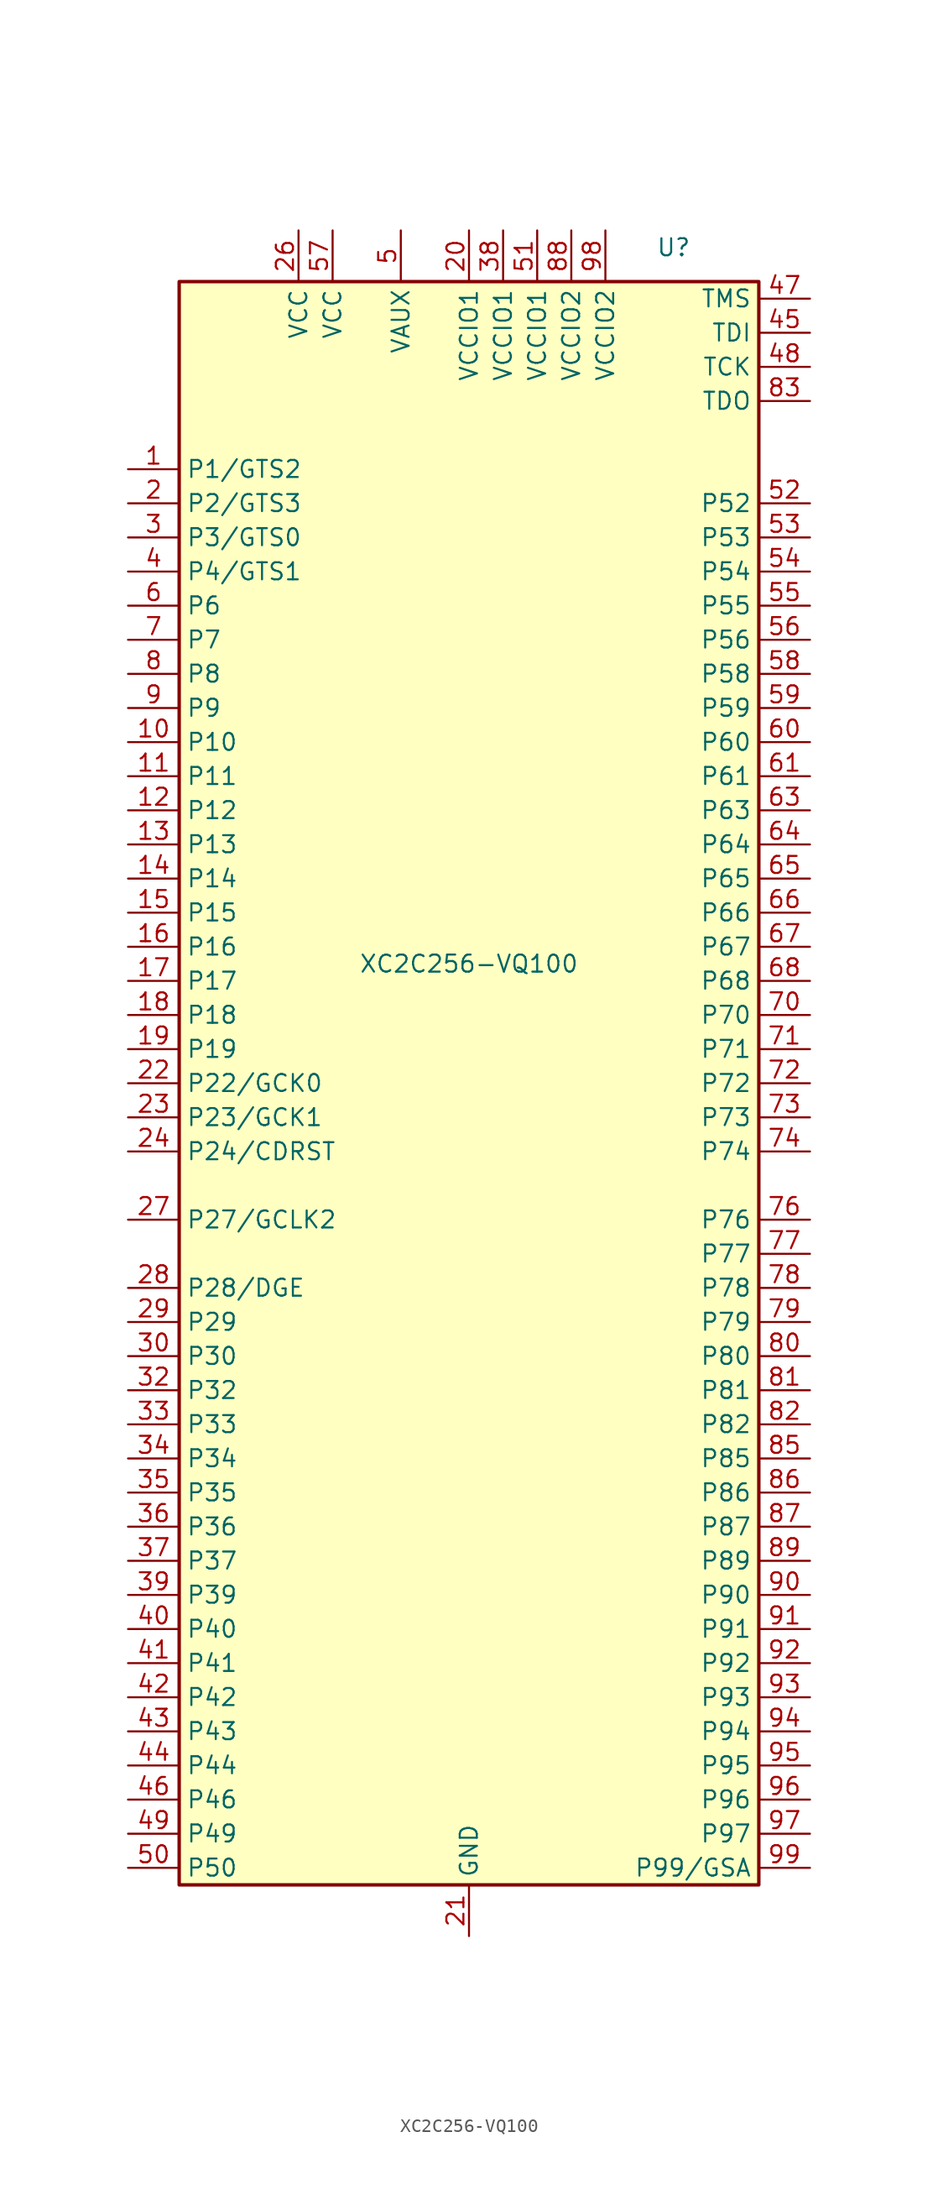
<source format=kicad_sym>
(kicad_symbol_lib
  (version 20231120)
  (generator "kicad_symbol_editor")
  (generator_version "8.0")
  (symbol "XC2C256-VQ100"
    (property "Reference" "U"
      (at 15.24 62.23 0)
      (effects (font (size 1.27 1.27))))
    (property "Value" "XC2C256-VQ100"
      (at 0 8.89 0)
      (effects (font (size 1.27 1.27))))
    (symbol "XC2C256-VQ100_0_1"
      (rectangle (start -21.59 59.69) (end 21.59 -59.69) (stroke (width 0.254) (type default)) (fill (type background))))
    (symbol "XC2C256-VQ100_1_1"
      (pin bidirectional line (at -25.4 45.72 0) (length 3.81) (name "P1/GTS2" (effects (font (size 1.27 1.27)))) (number "1" (effects (font (size 1.27 1.27)))))
      (pin bidirectional line (at -25.4 25.4 0) (length 3.81) (name "P10" (effects (font (size 1.27 1.27)))) (number "10" (effects (font (size 1.27 1.27)))))
      (pin passive line (at 0 -63.5 90) (length 3.81) hide (name "GND" (effects (font (size 1.27 1.27)))) (number "100" (effects (font (size 1.27 1.27)))))
      (pin bidirectional line (at -25.4 22.86 0) (length 3.81) (name "P11" (effects (font (size 1.27 1.27)))) (number "11" (effects (font (size 1.27 1.27)))))
      (pin bidirectional line (at -25.4 20.32 0) (length 3.81) (name "P12" (effects (font (size 1.27 1.27)))) (number "12" (effects (font (size 1.27 1.27)))))
      (pin bidirectional line (at -25.4 17.78 0) (length 3.81) (name "P13" (effects (font (size 1.27 1.27)))) (number "13" (effects (font (size 1.27 1.27)))))
      (pin bidirectional line (at -25.4 15.24 0) (length 3.81) (name "P14" (effects (font (size 1.27 1.27)))) (number "14" (effects (font (size 1.27 1.27)))))
      (pin bidirectional line (at -25.4 12.7 0) (length 3.81) (name "P15" (effects (font (size 1.27 1.27)))) (number "15" (effects (font (size 1.27 1.27)))))
      (pin bidirectional line (at -25.4 10.16 0) (length 3.81) (name "P16" (effects (font (size 1.27 1.27)))) (number "16" (effects (font (size 1.27 1.27)))))
      (pin bidirectional line (at -25.4 7.62 0) (length 3.81) (name "P17" (effects (font (size 1.27 1.27)))) (number "17" (effects (font (size 1.27 1.27)))))
      (pin bidirectional line (at -25.4 5.08 0) (length 3.81) (name "P18" (effects (font (size 1.27 1.27)))) (number "18" (effects (font (size 1.27 1.27)))))
      (pin bidirectional line (at -25.4 2.54 0) (length 3.81) (name "P19" (effects (font (size 1.27 1.27)))) (number "19" (effects (font (size 1.27 1.27)))))
      (pin bidirectional line (at -25.4 43.18 0) (length 3.81) (name "P2/GTS3" (effects (font (size 1.27 1.27)))) (number "2" (effects (font (size 1.27 1.27)))))
      (pin power_in line (at 0 63.5 270) (length 3.81) (name "VCCIO1" (effects (font (size 1.27 1.27)))) (number "20" (effects (font (size 1.27 1.27)))))
      (pin power_in line (at 0 -63.5 90) (length 3.81) (name "GND" (effects (font (size 1.27 1.27)))) (number "21" (effects (font (size 1.27 1.27)))))
      (pin bidirectional line (at -25.4 0 0) (length 3.81) (name "P22/GCK0" (effects (font (size 1.27 1.27)))) (number "22" (effects (font (size 1.27 1.27)))))
      (pin bidirectional line (at -25.4 -2.54 0) (length 3.81) (name "P23/GCK1" (effects (font (size 1.27 1.27)))) (number "23" (effects (font (size 1.27 1.27)))))
      (pin bidirectional line (at -25.4 -5.08 0) (length 3.81) (name "P24/CDRST" (effects (font (size 1.27 1.27)))) (number "24" (effects (font (size 1.27 1.27)))))
      (pin passive line (at 0 -63.5 90) (length 3.81) hide (name "GND" (effects (font (size 1.27 1.27)))) (number "25" (effects (font (size 1.27 1.27)))))
      (pin power_in line (at -12.7 63.5 270) (length 3.81) (name "VCC" (effects (font (size 1.27 1.27)))) (number "26" (effects (font (size 1.27 1.27)))))
      (pin bidirectional line (at -25.4 -10.16 0) (length 3.81) (name "P27/GCLK2" (effects (font (size 1.27 1.27)))) (number "27" (effects (font (size 1.27 1.27)))))
      (pin bidirectional line (at -25.4 -15.24 0) (length 3.81) (name "P28/DGE" (effects (font (size 1.27 1.27)))) (number "28" (effects (font (size 1.27 1.27)))))
      (pin bidirectional line (at -25.4 -17.78 0) (length 3.81) (name "P29" (effects (font (size 1.27 1.27)))) (number "29" (effects (font (size 1.27 1.27)))))
      (pin bidirectional line (at -25.4 40.64 0) (length 3.81) (name "P3/GTS0" (effects (font (size 1.27 1.27)))) (number "3" (effects (font (size 1.27 1.27)))))
      (pin bidirectional line (at -25.4 -20.32 0) (length 3.81) (name "P30" (effects (font (size 1.27 1.27)))) (number "30" (effects (font (size 1.27 1.27)))))
      (pin passive line (at 0 -63.5 90) (length 3.81) hide (name "GND" (effects (font (size 1.27 1.27)))) (number "31" (effects (font (size 1.27 1.27)))))
      (pin bidirectional line (at -25.4 -22.86 0) (length 3.81) (name "P32" (effects (font (size 1.27 1.27)))) (number "32" (effects (font (size 1.27 1.27)))))
      (pin bidirectional line (at -25.4 -25.4 0) (length 3.81) (name "P33" (effects (font (size 1.27 1.27)))) (number "33" (effects (font (size 1.27 1.27)))))
      (pin bidirectional line (at -25.4 -27.94 0) (length 3.81) (name "P34" (effects (font (size 1.27 1.27)))) (number "34" (effects (font (size 1.27 1.27)))))
      (pin bidirectional line (at -25.4 -30.48 0) (length 3.81) (name "P35" (effects (font (size 1.27 1.27)))) (number "35" (effects (font (size 1.27 1.27)))))
      (pin bidirectional line (at -25.4 -33.02 0) (length 3.81) (name "P36" (effects (font (size 1.27 1.27)))) (number "36" (effects (font (size 1.27 1.27)))))
      (pin bidirectional line (at -25.4 -35.56 0) (length 3.81) (name "P37" (effects (font (size 1.27 1.27)))) (number "37" (effects (font (size 1.27 1.27)))))
      (pin power_in line (at 2.54 63.5 270) (length 3.81) (name "VCCIO1" (effects (font (size 1.27 1.27)))) (number "38" (effects (font (size 1.27 1.27)))))
      (pin bidirectional line (at -25.4 -38.1 0) (length 3.81) (name "P39" (effects (font (size 1.27 1.27)))) (number "39" (effects (font (size 1.27 1.27)))))
      (pin bidirectional line (at -25.4 38.1 0) (length 3.81) (name "P4/GTS1" (effects (font (size 1.27 1.27)))) (number "4" (effects (font (size 1.27 1.27)))))
      (pin bidirectional line (at -25.4 -40.64 0) (length 3.81) (name "P40" (effects (font (size 1.27 1.27)))) (number "40" (effects (font (size 1.27 1.27)))))
      (pin bidirectional line (at -25.4 -43.18 0) (length 3.81) (name "P41" (effects (font (size 1.27 1.27)))) (number "41" (effects (font (size 1.27 1.27)))))
      (pin bidirectional line (at -25.4 -45.72 0) (length 3.81) (name "P42" (effects (font (size 1.27 1.27)))) (number "42" (effects (font (size 1.27 1.27)))))
      (pin bidirectional line (at -25.4 -48.26 0) (length 3.81) (name "P43" (effects (font (size 1.27 1.27)))) (number "43" (effects (font (size 1.27 1.27)))))
      (pin bidirectional line (at -25.4 -50.8 0) (length 3.81) (name "P44" (effects (font (size 1.27 1.27)))) (number "44" (effects (font (size 1.27 1.27)))))
      (pin input line (at 25.4 55.88 180) (length 3.81) (name "TDI" (effects (font (size 1.27 1.27)))) (number "45" (effects (font (size 1.27 1.27)))))
      (pin bidirectional line (at -25.4 -53.34 0) (length 3.81) (name "P46" (effects (font (size 1.27 1.27)))) (number "46" (effects (font (size 1.27 1.27)))))
      (pin input line (at 25.4 58.42 180) (length 3.81) (name "TMS" (effects (font (size 1.27 1.27)))) (number "47" (effects (font (size 1.27 1.27)))))
      (pin input line (at 25.4 53.34 180) (length 3.81) (name "TCK" (effects (font (size 1.27 1.27)))) (number "48" (effects (font (size 1.27 1.27)))))
      (pin bidirectional line (at -25.4 -55.88 0) (length 3.81) (name "P49" (effects (font (size 1.27 1.27)))) (number "49" (effects (font (size 1.27 1.27)))))
      (pin power_in line (at -5.08 63.5 270) (length 3.81) (name "VAUX" (effects (font (size 1.27 1.27)))) (number "5" (effects (font (size 1.27 1.27)))))
      (pin bidirectional line (at -25.4 -58.42 0) (length 3.81) (name "P50" (effects (font (size 1.27 1.27)))) (number "50" (effects (font (size 1.27 1.27)))))
      (pin power_in line (at 5.08 63.5 270) (length 3.81) (name "VCCIO1" (effects (font (size 1.27 1.27)))) (number "51" (effects (font (size 1.27 1.27)))))
      (pin bidirectional line (at 25.4 43.18 180) (length 3.81) (name "P52" (effects (font (size 1.27 1.27)))) (number "52" (effects (font (size 1.27 1.27)))))
      (pin bidirectional line (at 25.4 40.64 180) (length 3.81) (name "P53" (effects (font (size 1.27 1.27)))) (number "53" (effects (font (size 1.27 1.27)))))
      (pin bidirectional line (at 25.4 38.1 180) (length 3.81) (name "P54" (effects (font (size 1.27 1.27)))) (number "54" (effects (font (size 1.27 1.27)))))
      (pin bidirectional line (at 25.4 35.56 180) (length 3.81) (name "P55" (effects (font (size 1.27 1.27)))) (number "55" (effects (font (size 1.27 1.27)))))
      (pin bidirectional line (at 25.4 33.02 180) (length 3.81) (name "P56" (effects (font (size 1.27 1.27)))) (number "56" (effects (font (size 1.27 1.27)))))
      (pin power_in line (at -10.16 63.5 270) (length 3.81) (name "VCC" (effects (font (size 1.27 1.27)))) (number "57" (effects (font (size 1.27 1.27)))))
      (pin bidirectional line (at 25.4 30.48 180) (length 3.81) (name "P58" (effects (font (size 1.27 1.27)))) (number "58" (effects (font (size 1.27 1.27)))))
      (pin bidirectional line (at 25.4 27.94 180) (length 3.81) (name "P59" (effects (font (size 1.27 1.27)))) (number "59" (effects (font (size 1.27 1.27)))))
      (pin bidirectional line (at -25.4 35.56 0) (length 3.81) (name "P6" (effects (font (size 1.27 1.27)))) (number "6" (effects (font (size 1.27 1.27)))))
      (pin bidirectional line (at 25.4 25.4 180) (length 3.81) (name "P60" (effects (font (size 1.27 1.27)))) (number "60" (effects (font (size 1.27 1.27)))))
      (pin bidirectional line (at 25.4 22.86 180) (length 3.81) (name "P61" (effects (font (size 1.27 1.27)))) (number "61" (effects (font (size 1.27 1.27)))))
      (pin passive line (at 0 -63.5 90) (length 3.81) hide (name "GND" (effects (font (size 1.27 1.27)))) (number "62" (effects (font (size 1.27 1.27)))))
      (pin bidirectional line (at 25.4 20.32 180) (length 3.81) (name "P63" (effects (font (size 1.27 1.27)))) (number "63" (effects (font (size 1.27 1.27)))))
      (pin bidirectional line (at 25.4 17.78 180) (length 3.81) (name "P64" (effects (font (size 1.27 1.27)))) (number "64" (effects (font (size 1.27 1.27)))))
      (pin bidirectional line (at 25.4 15.24 180) (length 3.81) (name "P65" (effects (font (size 1.27 1.27)))) (number "65" (effects (font (size 1.27 1.27)))))
      (pin bidirectional line (at 25.4 12.7 180) (length 3.81) (name "P66" (effects (font (size 1.27 1.27)))) (number "66" (effects (font (size 1.27 1.27)))))
      (pin bidirectional line (at 25.4 10.16 180) (length 3.81) (name "P67" (effects (font (size 1.27 1.27)))) (number "67" (effects (font (size 1.27 1.27)))))
      (pin bidirectional line (at 25.4 7.62 180) (length 3.81) (name "P68" (effects (font (size 1.27 1.27)))) (number "68" (effects (font (size 1.27 1.27)))))
      (pin passive line (at 0 -63.5 90) (length 3.81) hide (name "GND" (effects (font (size 1.27 1.27)))) (number "69" (effects (font (size 1.27 1.27)))))
      (pin bidirectional line (at -25.4 33.02 0) (length 3.81) (name "P7" (effects (font (size 1.27 1.27)))) (number "7" (effects (font (size 1.27 1.27)))))
      (pin bidirectional line (at 25.4 5.08 180) (length 3.81) (name "P70" (effects (font (size 1.27 1.27)))) (number "70" (effects (font (size 1.27 1.27)))))
      (pin bidirectional line (at 25.4 2.54 180) (length 3.81) (name "P71" (effects (font (size 1.27 1.27)))) (number "71" (effects (font (size 1.27 1.27)))))
      (pin bidirectional line (at 25.4 0 180) (length 3.81) (name "P72" (effects (font (size 1.27 1.27)))) (number "72" (effects (font (size 1.27 1.27)))))
      (pin bidirectional line (at 25.4 -2.54 180) (length 3.81) (name "P73" (effects (font (size 1.27 1.27)))) (number "73" (effects (font (size 1.27 1.27)))))
      (pin bidirectional line (at 25.4 -5.08 180) (length 3.81) (name "P74" (effects (font (size 1.27 1.27)))) (number "74" (effects (font (size 1.27 1.27)))))
      (pin passive line (at 0 -63.5 90) (length 3.81) hide (name "GND" (effects (font (size 1.27 1.27)))) (number "75" (effects (font (size 1.27 1.27)))))
      (pin bidirectional line (at 25.4 -10.16 180) (length 3.81) (name "P76" (effects (font (size 1.27 1.27)))) (number "76" (effects (font (size 1.27 1.27)))))
      (pin bidirectional line (at 25.4 -12.7 180) (length 3.81) (name "P77" (effects (font (size 1.27 1.27)))) (number "77" (effects (font (size 1.27 1.27)))))
      (pin bidirectional line (at 25.4 -15.24 180) (length 3.81) (name "P78" (effects (font (size 1.27 1.27)))) (number "78" (effects (font (size 1.27 1.27)))))
      (pin bidirectional line (at 25.4 -17.78 180) (length 3.81) (name "P79" (effects (font (size 1.27 1.27)))) (number "79" (effects (font (size 1.27 1.27)))))
      (pin bidirectional line (at -25.4 30.48 0) (length 3.81) (name "P8" (effects (font (size 1.27 1.27)))) (number "8" (effects (font (size 1.27 1.27)))))
      (pin bidirectional line (at 25.4 -20.32 180) (length 3.81) (name "P80" (effects (font (size 1.27 1.27)))) (number "80" (effects (font (size 1.27 1.27)))))
      (pin bidirectional line (at 25.4 -22.86 180) (length 3.81) (name "P81" (effects (font (size 1.27 1.27)))) (number "81" (effects (font (size 1.27 1.27)))))
      (pin bidirectional line (at 25.4 -25.4 180) (length 3.81) (name "P82" (effects (font (size 1.27 1.27)))) (number "82" (effects (font (size 1.27 1.27)))))
      (pin output line (at 25.4 50.8 180) (length 3.81) (name "TDO" (effects (font (size 1.27 1.27)))) (number "83" (effects (font (size 1.27 1.27)))))
      (pin passive line (at 0 -63.5 90) (length 3.81) hide (name "GND" (effects (font (size 1.27 1.27)))) (number "84" (effects (font (size 1.27 1.27)))))
      (pin bidirectional line (at 25.4 -27.94 180) (length 3.81) (name "P85" (effects (font (size 1.27 1.27)))) (number "85" (effects (font (size 1.27 1.27)))))
      (pin bidirectional line (at 25.4 -30.48 180) (length 3.81) (name "P86" (effects (font (size 1.27 1.27)))) (number "86" (effects (font (size 1.27 1.27)))))
      (pin bidirectional line (at 25.4 -33.02 180) (length 3.81) (name "P87" (effects (font (size 1.27 1.27)))) (number "87" (effects (font (size 1.27 1.27)))))
      (pin power_in line (at 7.62 63.5 270) (length 3.81) (name "VCCIO2" (effects (font (size 1.27 1.27)))) (number "88" (effects (font (size 1.27 1.27)))))
      (pin bidirectional line (at 25.4 -35.56 180) (length 3.81) (name "P89" (effects (font (size 1.27 1.27)))) (number "89" (effects (font (size 1.27 1.27)))))
      (pin bidirectional line (at -25.4 27.94 0) (length 3.81) (name "P9" (effects (font (size 1.27 1.27)))) (number "9" (effects (font (size 1.27 1.27)))))
      (pin bidirectional line (at 25.4 -38.1 180) (length 3.81) (name "P90" (effects (font (size 1.27 1.27)))) (number "90" (effects (font (size 1.27 1.27)))))
      (pin bidirectional line (at 25.4 -40.64 180) (length 3.81) (name "P91" (effects (font (size 1.27 1.27)))) (number "91" (effects (font (size 1.27 1.27)))))
      (pin bidirectional line (at 25.4 -43.18 180) (length 3.81) (name "P92" (effects (font (size 1.27 1.27)))) (number "92" (effects (font (size 1.27 1.27)))))
      (pin bidirectional line (at 25.4 -45.72 180) (length 3.81) (name "P93" (effects (font (size 1.27 1.27)))) (number "93" (effects (font (size 1.27 1.27)))))
      (pin bidirectional line (at 25.4 -48.26 180) (length 3.81) (name "P94" (effects (font (size 1.27 1.27)))) (number "94" (effects (font (size 1.27 1.27)))))
      (pin bidirectional line (at 25.4 -50.8 180) (length 3.81) (name "P95" (effects (font (size 1.27 1.27)))) (number "95" (effects (font (size 1.27 1.27)))))
      (pin bidirectional line (at 25.4 -53.34 180) (length 3.81) (name "P96" (effects (font (size 1.27 1.27)))) (number "96" (effects (font (size 1.27 1.27)))))
      (pin bidirectional line (at 25.4 -55.88 180) (length 3.81) (name "P97" (effects (font (size 1.27 1.27)))) (number "97" (effects (font (size 1.27 1.27)))))
      (pin power_in line (at 10.16 63.5 270) (length 3.81) (name "VCCIO2" (effects (font (size 1.27 1.27)))) (number "98" (effects (font (size 1.27 1.27)))))
      (pin bidirectional line (at 25.4 -58.42 180) (length 3.81) (name "P99/GSA" (effects (font (size 1.27 1.27)))) (number "99" (effects (font (size 1.27 1.27))))))))
</source>
